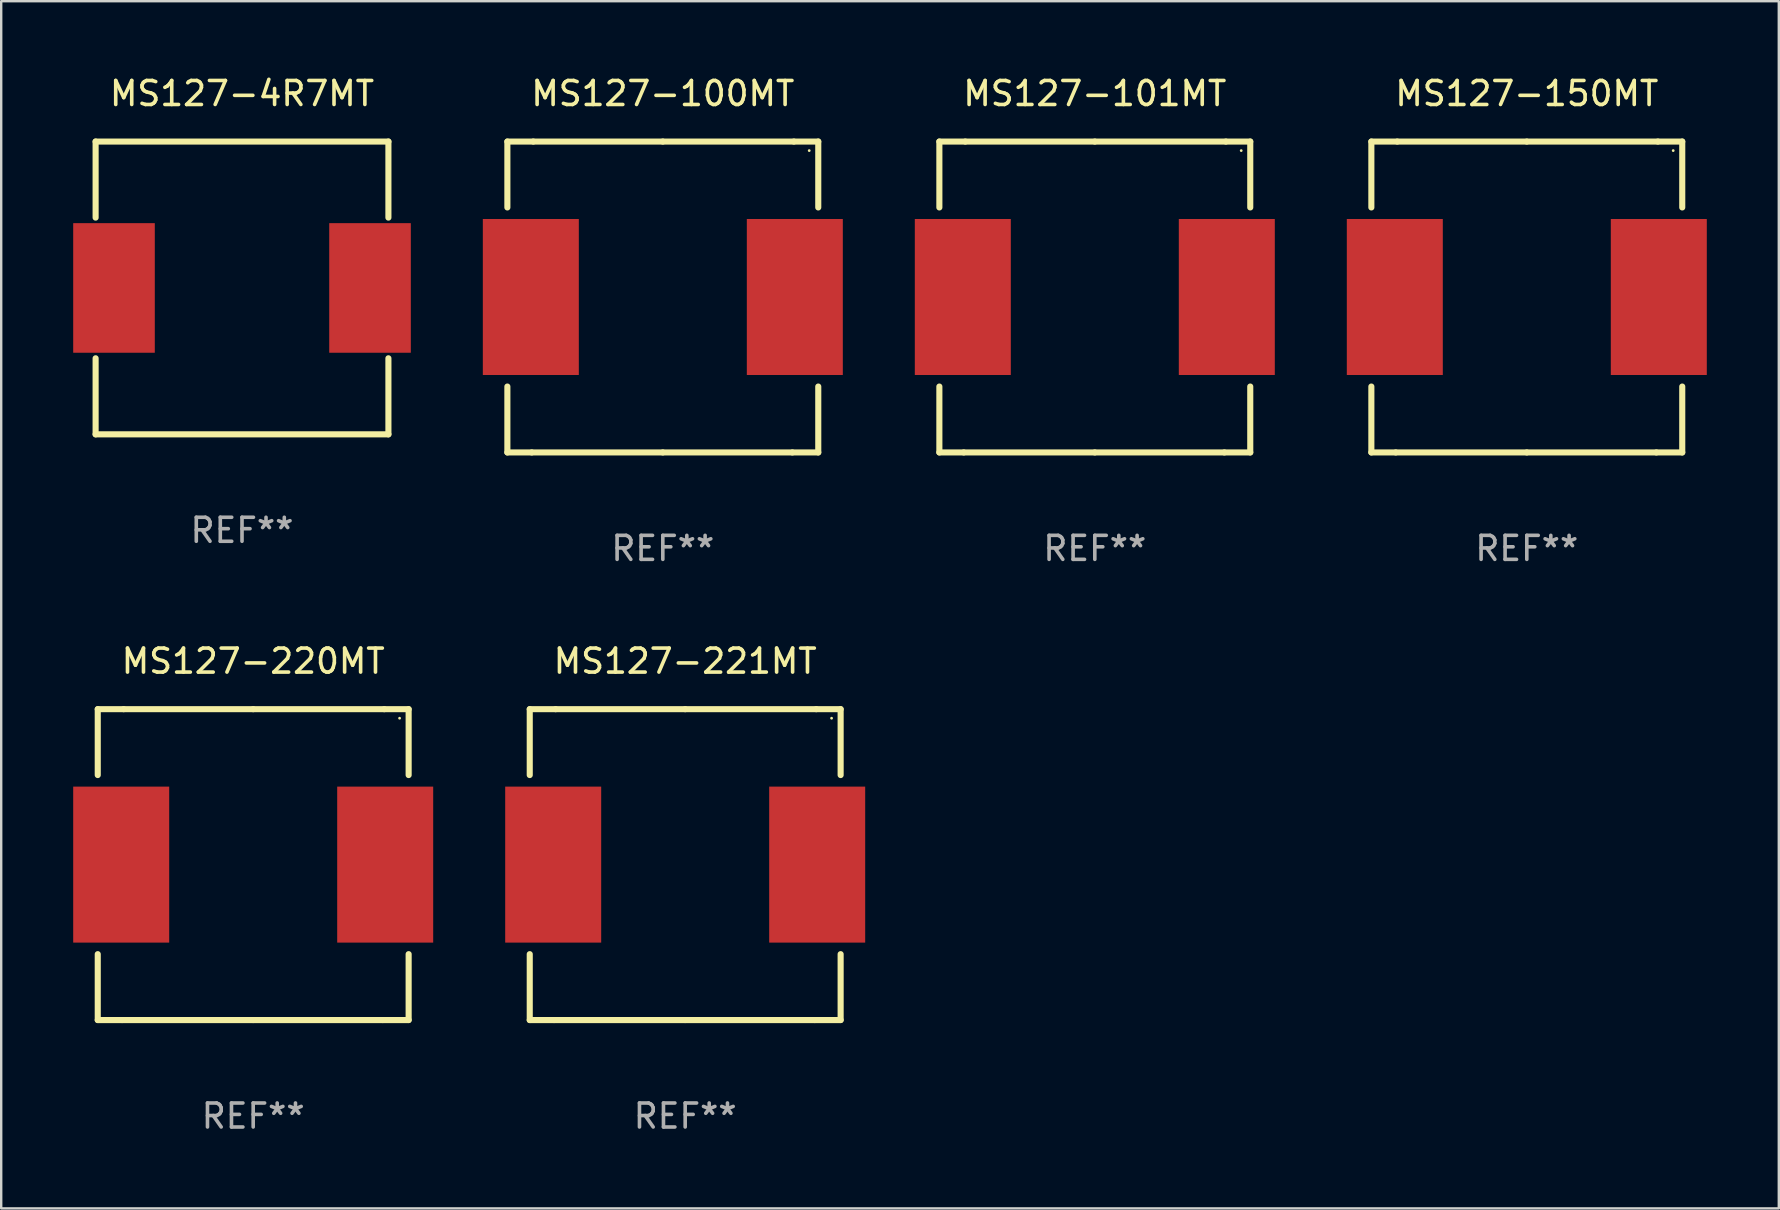
<source format=kicad_pcb>
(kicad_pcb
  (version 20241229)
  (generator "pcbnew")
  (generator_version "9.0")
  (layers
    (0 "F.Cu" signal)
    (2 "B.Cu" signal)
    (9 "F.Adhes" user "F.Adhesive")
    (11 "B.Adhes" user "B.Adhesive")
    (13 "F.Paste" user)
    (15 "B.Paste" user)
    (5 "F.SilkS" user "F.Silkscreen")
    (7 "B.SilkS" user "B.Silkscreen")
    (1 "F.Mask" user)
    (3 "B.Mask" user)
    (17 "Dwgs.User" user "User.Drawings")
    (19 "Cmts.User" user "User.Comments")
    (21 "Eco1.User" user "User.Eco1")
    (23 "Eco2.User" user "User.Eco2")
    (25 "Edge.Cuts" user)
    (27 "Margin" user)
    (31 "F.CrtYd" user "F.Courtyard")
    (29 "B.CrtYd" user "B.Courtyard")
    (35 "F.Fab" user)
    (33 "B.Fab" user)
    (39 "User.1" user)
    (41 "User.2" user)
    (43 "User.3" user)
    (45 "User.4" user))
  (footprint "MS127-150MT"
    (layer "F.Cu")
    (at 60.568 9.325)
    (property "Reference" "MS127-150MT" (at 0 -8.477 0) (layer "F.SilkS") (effects (font (size 1 1) (thickness 0.15))))
    (attr through_hole)
    (fp_line (start -6.477 -6.477) (end -5.398 -6.477) (stroke (width 0.254) (type solid)) (layer "F.SilkS"))
    (fp_line (start -6.477 -3.731) (end -6.477 -6.477) (stroke (width 0.254) (type solid)) (layer "F.SilkS"))
    (fp_line (start -6.477 6.477) (end -6.477 3.731) (stroke (width 0.254) (type solid)) (layer "F.SilkS"))
    (fp_line (start -5.461 6.477) (end -6.477 6.477) (stroke (width 0.254) (type solid)) (layer "F.SilkS"))
    (fp_line (start -5.398 -6.477) (end 0 -6.477) (stroke (width 0.254) (type solid)) (layer "F.SilkS"))
    (fp_line (start 0 -6.477) (end 5.461 -6.477) (stroke (width 0.254) (type solid)) (layer "F.SilkS"))
    (fp_line (start 0 6.477) (end -5.461 6.477) (stroke (width 0.254) (type solid)) (layer "F.SilkS"))
    (fp_line (start 5.398 6.477) (end 0 6.477) (stroke (width 0.254) (type solid)) (layer "F.SilkS"))
    (fp_line (start 5.461 -6.477) (end 6.477 -6.477) (stroke (width 0.254) (type solid)) (layer "F.SilkS"))
    (fp_line (start 6.477 -6.477) (end 6.477 -3.731) (stroke (width 0.254) (type solid)) (layer "F.SilkS"))
    (fp_line (start 6.477 3.731) (end 6.477 6.477) (stroke (width 0.254) (type solid)) (layer "F.SilkS"))
    (fp_line (start 6.477 6.477) (end 5.398 6.477) (stroke (width 0.254) (type solid)) (layer "F.SilkS"))
    (fp_circle (center 6.1 -6.1) (end 6.13 -6.1) (stroke (width 0.06) (type solid)) (fill no) (layer "F.SilkS"))
    (fp_text user "REF**" (at 0 10.477 0) (layer "F.Fab") (effects (font (size 1 1) (thickness 0.15))))
    (pad "1" smd rect (at 5.5 0) (size 4 6.5) (layers "F.Cu" "F.Mask" "F.Paste"))
    (pad "2" smd rect (at -5.5 0) (size 4 6.5) (layers "F.Cu" "F.Mask" "F.Paste")))
  (footprint "MS127-4R7MT"
    (layer "F.Cu")
    (at 7.034 8.948)
    (property "Reference" "MS127-4R7MT" (at 0 -8.1 0) (layer "F.SilkS") (effects (font (size 1 1) (thickness 0.15))))
    (attr through_hole)
    (fp_line (start -6.1 -6.1) (end -6.1 -2.931) (stroke (width 0.254) (type solid)) (layer "F.SilkS"))
    (fp_line (start -6.1 -6.1) (end 6.1 -6.1) (stroke (width 0.254) (type solid)) (layer "F.SilkS"))
    (fp_line (start -6.1 6.1) (end -6.1 2.931) (stroke (width 0.254) (type solid)) (layer "F.SilkS"))
    (fp_line (start -6.1 6.1) (end 6.1 6.1) (stroke (width 0.254) (type solid)) (layer "F.SilkS"))
    (fp_line (start 6.1 -6.1) (end 6.1 -2.931) (stroke (width 0.254) (type solid)) (layer "F.SilkS"))
    (fp_line (start 6.1 2.931) (end 6.1 6.1) (stroke (width 0.254) (type solid)) (layer "F.SilkS"))
    (fp_circle (center -6.1 6.1) (end -6.07 6.1) (stroke (width 0.06) (type solid)) (fill no) (layer "F.SilkS"))
    (fp_text user "REF**" (at 0 10.1 0) (layer "F.Fab") (effects (font (size 1 1) (thickness 0.15))))
    (pad "1" smd rect (at -5.334 0 90) (size 5.4 3.4) (layers "F.Cu" "F.Mask" "F.Paste"))
    (pad "2" smd rect (at 5.334 0 90) (size 5.4 3.4) (layers "F.Cu" "F.Mask" "F.Paste")))
  (footprint "MS127-100MT"
    (layer "F.Cu")
    (at 24.568 9.325)
    (property "Reference" "MS127-100MT" (at 0 -8.477 0) (layer "F.SilkS") (effects (font (size 1 1) (thickness 0.15))))
    (attr through_hole)
    (fp_line (start -6.477 -6.477) (end -5.398 -6.477) (stroke (width 0.254) (type solid)) (layer "F.SilkS"))
    (fp_line (start -6.477 -3.731) (end -6.477 -6.477) (stroke (width 0.254) (type solid)) (layer "F.SilkS"))
    (fp_line (start -6.477 6.477) (end -6.477 3.731) (stroke (width 0.254) (type solid)) (layer "F.SilkS"))
    (fp_line (start -5.461 6.477) (end -6.477 6.477) (stroke (width 0.254) (type solid)) (layer "F.SilkS"))
    (fp_line (start -5.398 -6.477) (end 0 -6.477) (stroke (width 0.254) (type solid)) (layer "F.SilkS"))
    (fp_line (start 0 -6.477) (end 5.461 -6.477) (stroke (width 0.254) (type solid)) (layer "F.SilkS"))
    (fp_line (start 0 6.477) (end -5.461 6.477) (stroke (width 0.254) (type solid)) (layer "F.SilkS"))
    (fp_line (start 5.398 6.477) (end 0 6.477) (stroke (width 0.254) (type solid)) (layer "F.SilkS"))
    (fp_line (start 5.461 -6.477) (end 6.477 -6.477) (stroke (width 0.254) (type solid)) (layer "F.SilkS"))
    (fp_line (start 6.477 -6.477) (end 6.477 -3.731) (stroke (width 0.254) (type solid)) (layer "F.SilkS"))
    (fp_line (start 6.477 3.731) (end 6.477 6.477) (stroke (width 0.254) (type solid)) (layer "F.SilkS"))
    (fp_line (start 6.477 6.477) (end 5.398 6.477) (stroke (width 0.254) (type solid)) (layer "F.SilkS"))
    (fp_circle (center 6.1 -6.1) (end 6.13 -6.1) (stroke (width 0.06) (type solid)) (fill no) (layer "F.SilkS"))
    (fp_text user "REF**" (at 0 10.477 0) (layer "F.Fab") (effects (font (size 1 1) (thickness 0.15))))
    (pad "1" smd rect (at 5.5 0) (size 4 6.5) (layers "F.Cu" "F.Mask" "F.Paste"))
    (pad "2" smd rect (at -5.5 0) (size 4 6.5) (layers "F.Cu" "F.Mask" "F.Paste")))
  (footprint "MS127-221MT"
    (layer "F.Cu")
    (at 25.5 32.976)
    (property "Reference" "MS127-221MT" (at 0 -8.477 0) (layer "F.SilkS") (effects (font (size 1 1) (thickness 0.15))))
    (attr through_hole)
    (fp_line (start -6.477 -6.477) (end -5.398 -6.477) (stroke (width 0.254) (type solid)) (layer "F.SilkS"))
    (fp_line (start -6.477 -3.731) (end -6.477 -6.477) (stroke (width 0.254) (type solid)) (layer "F.SilkS"))
    (fp_line (start -6.477 6.477) (end -6.477 3.731) (stroke (width 0.254) (type solid)) (layer "F.SilkS"))
    (fp_line (start -5.461 6.477) (end -6.477 6.477) (stroke (width 0.254) (type solid)) (layer "F.SilkS"))
    (fp_line (start -5.398 -6.477) (end 0 -6.477) (stroke (width 0.254) (type solid)) (layer "F.SilkS"))
    (fp_line (start 0 -6.477) (end 5.461 -6.477) (stroke (width 0.254) (type solid)) (layer "F.SilkS"))
    (fp_line (start 0 6.477) (end -5.461 6.477) (stroke (width 0.254) (type solid)) (layer "F.SilkS"))
    (fp_line (start 5.398 6.477) (end 0 6.477) (stroke (width 0.254) (type solid)) (layer "F.SilkS"))
    (fp_line (start 5.461 -6.477) (end 6.477 -6.477) (stroke (width 0.254) (type solid)) (layer "F.SilkS"))
    (fp_line (start 6.477 -6.477) (end 6.477 -3.731) (stroke (width 0.254) (type solid)) (layer "F.SilkS"))
    (fp_line (start 6.477 3.731) (end 6.477 6.477) (stroke (width 0.254) (type solid)) (layer "F.SilkS"))
    (fp_line (start 6.477 6.477) (end 5.398 6.477) (stroke (width 0.254) (type solid)) (layer "F.SilkS"))
    (fp_circle (center 6.1 -6.1) (end 6.13 -6.1) (stroke (width 0.06) (type solid)) (fill no) (layer "F.SilkS"))
    (fp_text user "REF**" (at 0 10.477 0) (layer "F.Fab") (effects (font (size 1 1) (thickness 0.15))))
    (pad "1" smd rect (at 5.5 0) (size 4 6.5) (layers "F.Cu" "F.Mask" "F.Paste"))
    (pad "2" smd rect (at -5.5 0) (size 4 6.5) (layers "F.Cu" "F.Mask" "F.Paste")))
  (footprint "MS127-220MT"
    (layer "F.Cu")
    (at 7.5 32.976)
    (property "Reference" "MS127-220MT" (at 0 -8.477 0) (layer "F.SilkS") (effects (font (size 1 1) (thickness 0.15))))
    (attr through_hole)
    (fp_line (start -6.477 -6.477) (end -5.398 -6.477) (stroke (width 0.254) (type solid)) (layer "F.SilkS"))
    (fp_line (start -6.477 -3.731) (end -6.477 -6.477) (stroke (width 0.254) (type solid)) (layer "F.SilkS"))
    (fp_line (start -6.477 6.477) (end -6.477 3.731) (stroke (width 0.254) (type solid)) (layer "F.SilkS"))
    (fp_line (start -5.461 6.477) (end -6.477 6.477) (stroke (width 0.254) (type solid)) (layer "F.SilkS"))
    (fp_line (start -5.398 -6.477) (end 0 -6.477) (stroke (width 0.254) (type solid)) (layer "F.SilkS"))
    (fp_line (start 0 -6.477) (end 5.461 -6.477) (stroke (width 0.254) (type solid)) (layer "F.SilkS"))
    (fp_line (start 0 6.477) (end -5.461 6.477) (stroke (width 0.254) (type solid)) (layer "F.SilkS"))
    (fp_line (start 5.398 6.477) (end 0 6.477) (stroke (width 0.254) (type solid)) (layer "F.SilkS"))
    (fp_line (start 5.461 -6.477) (end 6.477 -6.477) (stroke (width 0.254) (type solid)) (layer "F.SilkS"))
    (fp_line (start 6.477 -6.477) (end 6.477 -3.731) (stroke (width 0.254) (type solid)) (layer "F.SilkS"))
    (fp_line (start 6.477 3.731) (end 6.477 6.477) (stroke (width 0.254) (type solid)) (layer "F.SilkS"))
    (fp_line (start 6.477 6.477) (end 5.398 6.477) (stroke (width 0.254) (type solid)) (layer "F.SilkS"))
    (fp_circle (center 6.1 -6.1) (end 6.13 -6.1) (stroke (width 0.06) (type solid)) (fill no) (layer "F.SilkS"))
    (fp_text user "REF**" (at 0 10.477 0) (layer "F.Fab") (effects (font (size 1 1) (thickness 0.15))))
    (pad "1" smd rect (at 5.5 0) (size 4 6.5) (layers "F.Cu" "F.Mask" "F.Paste"))
    (pad "2" smd rect (at -5.5 0) (size 4 6.5) (layers "F.Cu" "F.Mask" "F.Paste")))
  (footprint "MS127-101MT"
    (layer "F.Cu")
    (at 42.568 9.325)
    (property "Reference" "MS127-101MT" (at 0 -8.477 0) (layer "F.SilkS") (effects (font (size 1 1) (thickness 0.15))))
    (attr through_hole)
    (fp_line (start -6.477 -6.477) (end -5.398 -6.477) (stroke (width 0.254) (type solid)) (layer "F.SilkS"))
    (fp_line (start -6.477 -3.731) (end -6.477 -6.477) (stroke (width 0.254) (type solid)) (layer "F.SilkS"))
    (fp_line (start -6.477 6.477) (end -6.477 3.731) (stroke (width 0.254) (type solid)) (layer "F.SilkS"))
    (fp_line (start -5.461 6.477) (end -6.477 6.477) (stroke (width 0.254) (type solid)) (layer "F.SilkS"))
    (fp_line (start -5.398 -6.477) (end 0 -6.477) (stroke (width 0.254) (type solid)) (layer "F.SilkS"))
    (fp_line (start 0 -6.477) (end 5.461 -6.477) (stroke (width 0.254) (type solid)) (layer "F.SilkS"))
    (fp_line (start 0 6.477) (end -5.461 6.477) (stroke (width 0.254) (type solid)) (layer "F.SilkS"))
    (fp_line (start 5.398 6.477) (end 0 6.477) (stroke (width 0.254) (type solid)) (layer "F.SilkS"))
    (fp_line (start 5.461 -6.477) (end 6.477 -6.477) (stroke (width 0.254) (type solid)) (layer "F.SilkS"))
    (fp_line (start 6.477 -6.477) (end 6.477 -3.731) (stroke (width 0.254) (type solid)) (layer "F.SilkS"))
    (fp_line (start 6.477 3.731) (end 6.477 6.477) (stroke (width 0.254) (type solid)) (layer "F.SilkS"))
    (fp_line (start 6.477 6.477) (end 5.398 6.477) (stroke (width 0.254) (type solid)) (layer "F.SilkS"))
    (fp_circle (center 6.1 -6.1) (end 6.13 -6.1) (stroke (width 0.06) (type solid)) (fill no) (layer "F.SilkS"))
    (fp_text user "REF**" (at 0 10.477 0) (layer "F.Fab") (effects (font (size 1 1) (thickness 0.15))))
    (pad "1" smd rect (at 5.5 0) (size 4 6.5) (layers "F.Cu" "F.Mask" "F.Paste"))
    (pad "2" smd rect (at -5.5 0) (size 4 6.5) (layers "F.Cu" "F.Mask" "F.Paste")))
  (gr_rect
    (start -3 -3)
    (end 71.068 47.301)
    (stroke (width 0.1) (type default))
    (fill no)
    (layer "Edge.Cuts")))
</source>
